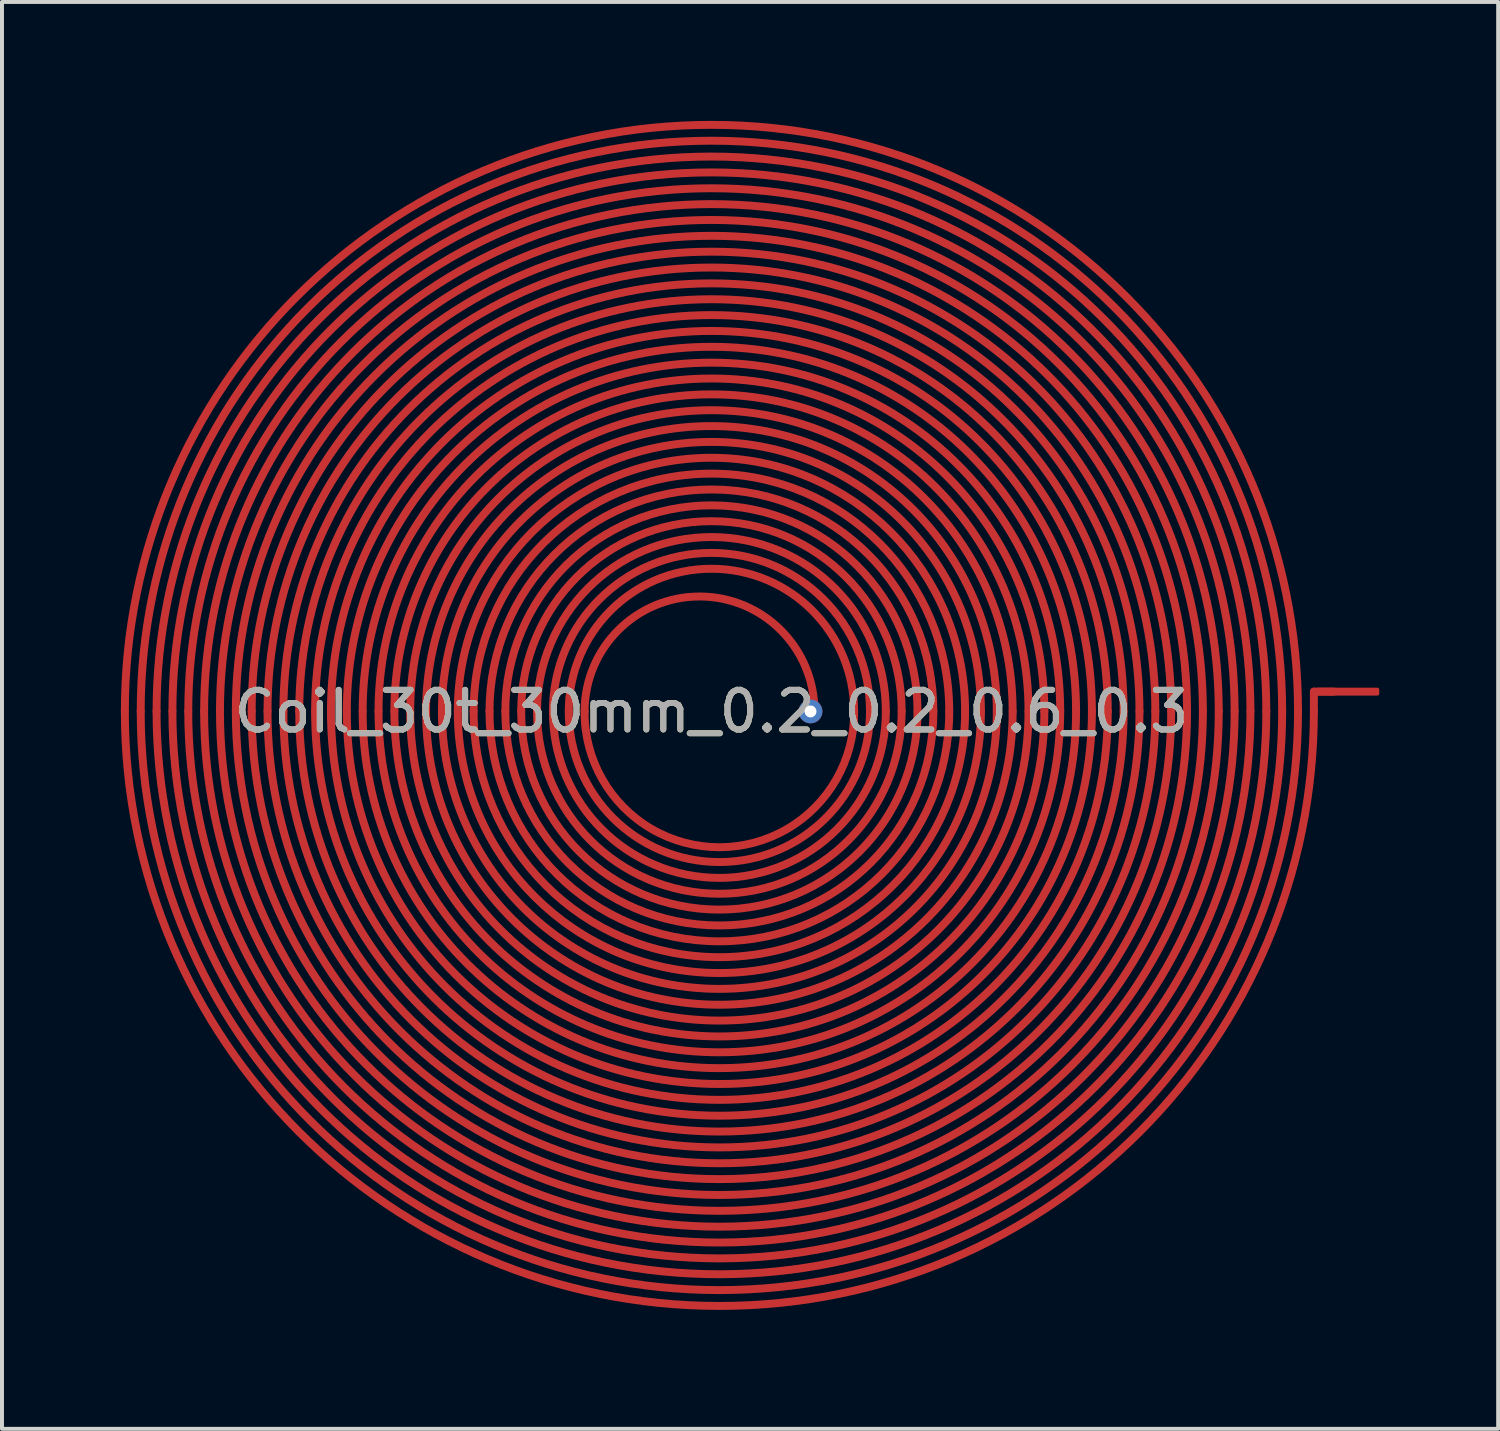
<source format=kicad_pcb>
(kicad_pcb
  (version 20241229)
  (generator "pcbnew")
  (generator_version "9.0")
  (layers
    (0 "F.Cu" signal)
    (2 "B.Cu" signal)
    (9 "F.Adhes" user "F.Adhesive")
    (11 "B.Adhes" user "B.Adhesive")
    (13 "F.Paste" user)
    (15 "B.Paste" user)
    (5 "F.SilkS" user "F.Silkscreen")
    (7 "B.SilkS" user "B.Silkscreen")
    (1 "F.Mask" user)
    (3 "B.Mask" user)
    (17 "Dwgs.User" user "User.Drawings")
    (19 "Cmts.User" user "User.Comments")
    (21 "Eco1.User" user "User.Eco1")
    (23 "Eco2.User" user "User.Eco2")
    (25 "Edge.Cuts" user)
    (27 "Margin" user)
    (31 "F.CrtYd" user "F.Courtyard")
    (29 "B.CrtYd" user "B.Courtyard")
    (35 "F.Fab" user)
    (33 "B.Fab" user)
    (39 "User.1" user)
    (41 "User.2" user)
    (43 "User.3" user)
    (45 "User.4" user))
  (footprint "Coil_30t_30mm_0.2_0.2_0.6_0.3"
    (layer "F.Cu")
    (at 14.9 14.9)
    (property "Reference" "Coil_30t_30mm_0.2_0.2_0.6_0.3" (at 0 0 0) (unlocked yes) (layer "F.SilkS") (effects (font (size 1 1) (thickness 0.15))))
    (attr smd)
    (fp_line (start 15.2 -0.5) (end 15.7 -0.5) (stroke (width 0.2) (type solid)) (layer "F.Cu"))
    (fp_line (start 15.2 0) (end 15.2 -0.5) (stroke (width 0.2) (type solid)) (layer "F.Cu"))
    (fp_arc (start -14.8 0) (mid 0 -14.8) (end 14.8 0) (stroke (width 0.2) (type solid)) (layer "F.Cu"))
    (fp_arc (start -14.4 0) (mid 0 -14.4) (end 14.4 0) (stroke (width 0.2) (type solid)) (layer "F.Cu"))
    (fp_arc (start -14 0) (mid 0 -14) (end 14 0) (stroke (width 0.2) (type solid)) (layer "F.Cu"))
    (fp_arc (start -13.6 0) (mid 0 -13.6) (end 13.6 0) (stroke (width 0.2) (type solid)) (layer "F.Cu"))
    (fp_arc (start -13.2 0) (mid 0 -13.2) (end 13.2 0) (stroke (width 0.2) (type solid)) (layer "F.Cu"))
    (fp_arc (start -12.8 0) (mid 0 -12.8) (end 12.8 0) (stroke (width 0.2) (type solid)) (layer "F.Cu"))
    (fp_arc (start -12.4 0) (mid 0 -12.4) (end 12.4 0) (stroke (width 0.2) (type solid)) (layer "F.Cu"))
    (fp_arc (start -12 0) (mid 0 -12) (end 12 0) (stroke (width 0.2) (type solid)) (layer "F.Cu"))
    (fp_arc (start -11.6 0) (mid 0 -11.6) (end 11.6 0) (stroke (width 0.2) (type solid)) (layer "F.Cu"))
    (fp_arc (start -11.2 0) (mid 0 -11.2) (end 11.2 0) (stroke (width 0.2) (type solid)) (layer "F.Cu"))
    (fp_arc (start -10.8 0) (mid 0 -10.8) (end 10.8 0) (stroke (width 0.2) (type solid)) (layer "F.Cu"))
    (fp_arc (start -10.4 0) (mid 0 -10.4) (end 10.4 0) (stroke (width 0.2) (type solid)) (layer "F.Cu"))
    (fp_arc (start -10 0) (mid 0 -10) (end 10 0) (stroke (width 0.2) (type solid)) (layer "F.Cu"))
    (fp_arc (start -9.6 0) (mid 0 -9.6) (end 9.6 0) (stroke (width 0.2) (type solid)) (layer "F.Cu"))
    (fp_arc (start -9.2 0) (mid 0 -9.2) (end 9.2 0) (stroke (width 0.2) (type solid)) (layer "F.Cu"))
    (fp_arc (start -8.8 0) (mid 0 -8.8) (end 8.8 0) (stroke (width 0.2) (type solid)) (layer "F.Cu"))
    (fp_arc (start -8.4 0) (mid 0 -8.4) (end 8.4 0) (stroke (width 0.2) (type solid)) (layer "F.Cu"))
    (fp_arc (start -8 0) (mid 0 -8) (end 8 0) (stroke (width 0.2) (type solid)) (layer "F.Cu"))
    (fp_arc (start -7.6 0) (mid 0 -7.6) (end 7.6 0) (stroke (width 0.2) (type solid)) (layer "F.Cu"))
    (fp_arc (start -7.2 0) (mid 0 -7.2) (end 7.2 0) (stroke (width 0.2) (type solid)) (layer "F.Cu"))
    (fp_arc (start -6.8 0) (mid 0 -6.8) (end 6.8 0) (stroke (width 0.2) (type solid)) (layer "F.Cu"))
    (fp_arc (start -6.4 0) (mid 0 -6.4) (end 6.4 0) (stroke (width 0.2) (type solid)) (layer "F.Cu"))
    (fp_arc (start -6 0) (mid 0 -6) (end 6 0) (stroke (width 0.2) (type solid)) (layer "F.Cu"))
    (fp_arc (start -5.6 0) (mid 0 -5.6) (end 5.6 0) (stroke (width 0.2) (type solid)) (layer "F.Cu"))
    (fp_arc (start -5.2 0) (mid 0 -5.2) (end 5.2 0) (stroke (width 0.2) (type solid)) (layer "F.Cu"))
    (fp_arc (start -4.8 0) (mid 0 -4.8) (end 4.8 0) (stroke (width 0.2) (type solid)) (layer "F.Cu"))
    (fp_arc (start -4.4 0) (mid 0 -4.4) (end 4.4 0) (stroke (width 0.2) (type solid)) (layer "F.Cu"))
    (fp_arc (start -4 0) (mid 0 -4) (end 4 0) (stroke (width 0.2) (type solid)) (layer "F.Cu"))
    (fp_arc (start -3.6 0) (mid 0 -3.6) (end 3.6 0) (stroke (width 0.2) (type solid)) (layer "F.Cu"))
    (fp_arc (start -3.2 0) (mid -0.6 -2.9) (end 2.6 0) (stroke (width 0.2) (type solid)) (layer "F.Cu"))
    (fp_arc (start 3.6 0) (mid -0.2 3.4) (end -3.2 0) (stroke (width 0.2) (type solid)) (layer "F.Cu"))
    (fp_arc (start 4 0) (mid 0.2 3.8) (end -3.6 0) (stroke (width 0.2) (type solid)) (layer "F.Cu"))
    (fp_arc (start 4.4 0) (mid 0.2 4.2) (end -4 0) (stroke (width 0.2) (type solid)) (layer "F.Cu"))
    (fp_arc (start 4.8 0) (mid 0.2 4.6) (end -4.4 0) (stroke (width 0.2) (type solid)) (layer "F.Cu"))
    (fp_arc (start 5.2 0) (mid 0.2 5) (end -4.8 0) (stroke (width 0.2) (type solid)) (layer "F.Cu"))
    (fp_arc (start 5.6 0) (mid 0.2 5.4) (end -5.2 0) (stroke (width 0.2) (type solid)) (layer "F.Cu"))
    (fp_arc (start 6 0) (mid 0.2 5.8) (end -5.6 0) (stroke (width 0.2) (type solid)) (layer "F.Cu"))
    (fp_arc (start 6.4 0) (mid 0.2 6.2) (end -6 0) (stroke (width 0.2) (type solid)) (layer "F.Cu"))
    (fp_arc (start 6.8 0) (mid 0.2 6.6) (end -6.4 0) (stroke (width 0.2) (type solid)) (layer "F.Cu"))
    (fp_arc (start 7.2 0) (mid 0.2 7) (end -6.8 0) (stroke (width 0.2) (type solid)) (layer "F.Cu"))
    (fp_arc (start 7.6 0) (mid 0.2 7.4) (end -7.2 0) (stroke (width 0.2) (type solid)) (layer "F.Cu"))
    (fp_arc (start 8 0) (mid 0.2 7.8) (end -7.6 0) (stroke (width 0.2) (type solid)) (layer "F.Cu"))
    (fp_arc (start 8.4 0) (mid 0.2 8.2) (end -8 0) (stroke (width 0.2) (type solid)) (layer "F.Cu"))
    (fp_arc (start 8.8 0) (mid 0.2 8.6) (end -8.4 0) (stroke (width 0.2) (type solid)) (layer "F.Cu"))
    (fp_arc (start 9.2 0) (mid 0.2 9) (end -8.8 0) (stroke (width 0.2) (type solid)) (layer "F.Cu"))
    (fp_arc (start 9.6 0) (mid 0.2 9.4) (end -9.2 0) (stroke (width 0.2) (type solid)) (layer "F.Cu"))
    (fp_arc (start 10 0) (mid 0.2 9.8) (end -9.6 0) (stroke (width 0.2) (type solid)) (layer "F.Cu"))
    (fp_arc (start 10.4 0) (mid 0.2 10.2) (end -10 0) (stroke (width 0.2) (type solid)) (layer "F.Cu"))
    (fp_arc (start 10.8 0) (mid 0.2 10.6) (end -10.4 0) (stroke (width 0.2) (type solid)) (layer "F.Cu"))
    (fp_arc (start 11.2 0) (mid 0.2 11) (end -10.8 0) (stroke (width 0.2) (type solid)) (layer "F.Cu"))
    (fp_arc (start 11.6 0) (mid 0.2 11.4) (end -11.2 0) (stroke (width 0.2) (type solid)) (layer "F.Cu"))
    (fp_arc (start 12 0) (mid 0.2 11.8) (end -11.6 0) (stroke (width 0.2) (type solid)) (layer "F.Cu"))
    (fp_arc (start 12.4 0) (mid 0.2 12.2) (end -12 0) (stroke (width 0.2) (type solid)) (layer "F.Cu"))
    (fp_arc (start 12.8 0) (mid 0.2 12.6) (end -12.4 0) (stroke (width 0.2) (type solid)) (layer "F.Cu"))
    (fp_arc (start 13.2 0) (mid 0.2 13) (end -12.8 0) (stroke (width 0.2) (type solid)) (layer "F.Cu"))
    (fp_arc (start 13.6 0) (mid 0.2 13.4) (end -13.2 0) (stroke (width 0.2) (type solid)) (layer "F.Cu"))
    (fp_arc (start 14 0) (mid 0.2 13.8) (end -13.6 0) (stroke (width 0.2) (type solid)) (layer "F.Cu"))
    (fp_arc (start 14.4 0) (mid 0.2 14.2) (end -14 0) (stroke (width 0.2) (type solid)) (layer "F.Cu"))
    (fp_arc (start 14.8 0) (mid 0.2 14.6) (end -14.4 0) (stroke (width 0.2) (type solid)) (layer "F.Cu"))
    (fp_arc (start 15.2 0) (mid 0.2 15) (end -14.8 0) (stroke (width 0.2) (type solid)) (layer "F.Cu"))
    (fp_text user "${REFERENCE}" (at 0 0 0) (unlocked yes) (layer "F.Fab") (effects (font (size 1 1) (thickness 0.15))))
    (pad "" thru_hole circle (at 2.5 0) (size 0.6 0.6) (drill 0.3) (layers "*.Cu" "*.Mask"))
    (pad "1" smd roundrect (at 16.05 -0.5) (size 1.6 0.2) (layers "F.Cu") (roundrect_rratio 0.25)))
  (gr_rect
    (start -3 -3)
    (end 34.75 33)
    (stroke (width 0.1) (type default))
    (fill no)
    (layer "Edge.Cuts")))
</source>
